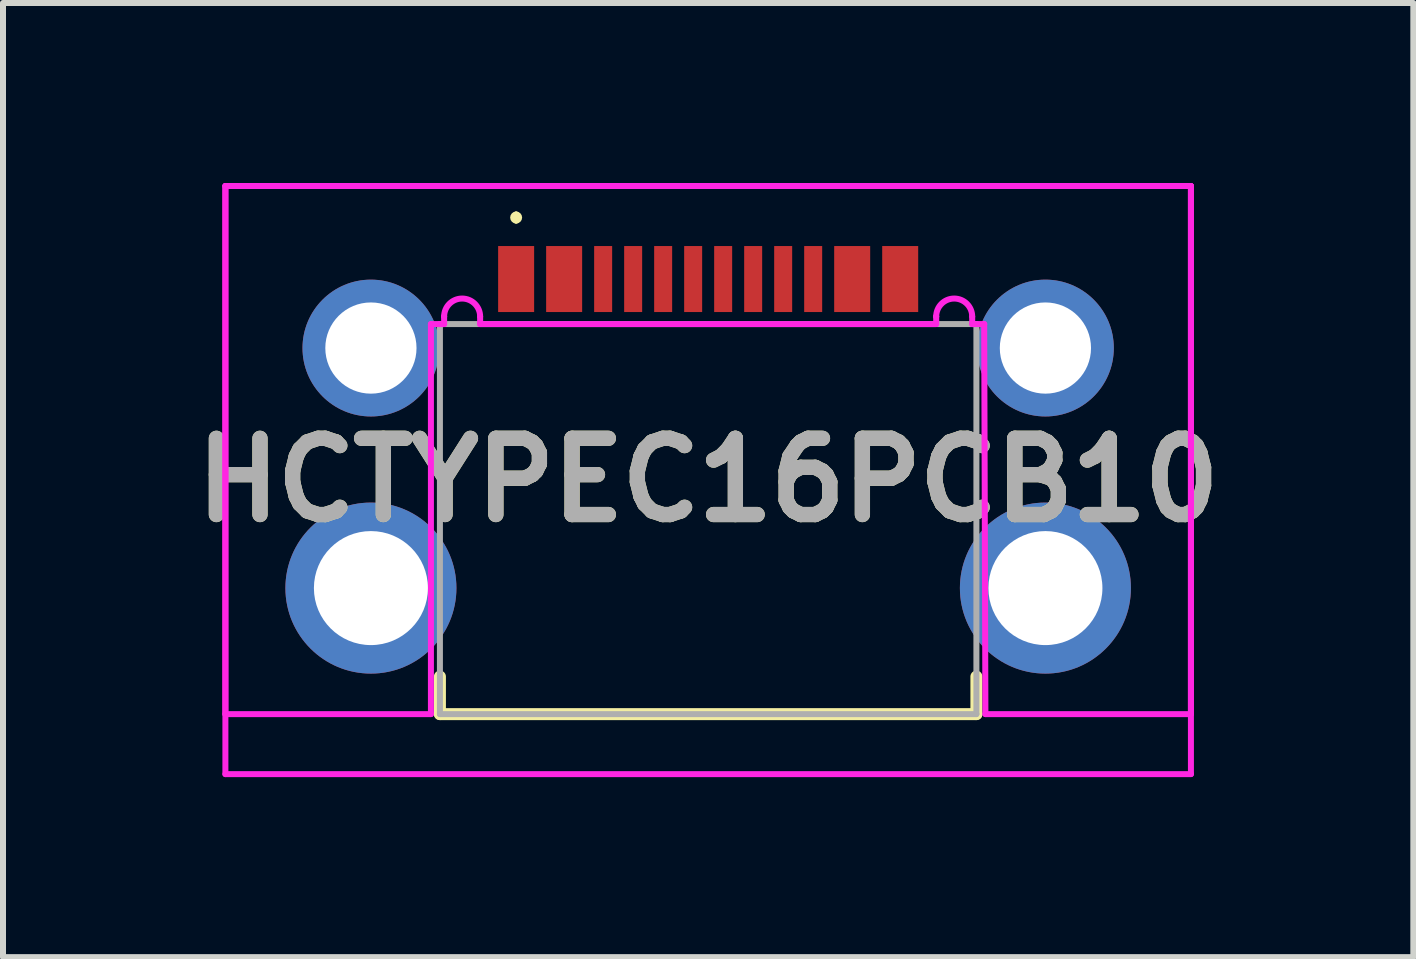
<source format=kicad_pcb>
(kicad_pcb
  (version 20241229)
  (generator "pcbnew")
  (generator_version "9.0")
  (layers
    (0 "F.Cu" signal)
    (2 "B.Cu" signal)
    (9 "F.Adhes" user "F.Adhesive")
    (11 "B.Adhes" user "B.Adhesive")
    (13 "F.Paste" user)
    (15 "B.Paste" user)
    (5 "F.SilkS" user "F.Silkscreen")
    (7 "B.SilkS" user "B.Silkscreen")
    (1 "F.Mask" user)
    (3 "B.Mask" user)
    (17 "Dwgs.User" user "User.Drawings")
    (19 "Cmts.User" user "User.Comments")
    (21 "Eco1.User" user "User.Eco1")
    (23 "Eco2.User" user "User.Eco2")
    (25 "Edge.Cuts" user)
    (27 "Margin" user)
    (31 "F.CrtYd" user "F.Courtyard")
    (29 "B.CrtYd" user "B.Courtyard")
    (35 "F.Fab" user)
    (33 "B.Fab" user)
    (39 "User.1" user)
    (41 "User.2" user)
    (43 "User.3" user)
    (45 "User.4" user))
  (footprint "HCTYPEC16PCB10"
    (layer "F.Cu")
    (at 8.751 5.225)
    (property "Reference" "HCTYPEC16PCB10" (at 0 -0.275 0) (layer "F.SilkS") (effects (font (size 1.27 1.27) (thickness 0.254))))
    (attr through_hole)
    (fp_line (start -4.47 3) (end -4.47 3.625) (stroke (width 0.2) (type solid)) (layer "F.SilkS"))
    (fp_line (start -4.47 3.625) (end 4.47 3.625) (stroke (width 0.2) (type solid)) (layer "F.SilkS"))
    (fp_line (start -3.2 -4.7) (end -3.2 -4.7) (stroke (width 0.1) (type solid)) (layer "F.SilkS"))
    (fp_line (start -3.2 -4.6) (end -3.2 -4.6) (stroke (width 0.1) (type solid)) (layer "F.SilkS"))
    (fp_line (start 4.47 3.625) (end 4.47 3) (stroke (width 0.2) (type solid)) (layer "F.SilkS"))
    (fp_arc (start -3.2 -4.7) (mid -3.15 -4.65) (end -3.2 -4.6) (stroke (width 0.1) (type solid)) (layer "F.SilkS"))
    (fp_arc (start -3.2 -4.6) (mid -3.25 -4.65) (end -3.2 -4.7) (stroke (width 0.1) (type solid)) (layer "F.SilkS"))
    (fp_line (start -8.045 -5.175) (end -8.045 3.625) (stroke (width 0.1) (type solid)) (layer "F.CrtYd"))
    (fp_line (start -8.045 -5.175) (end 8.045 -5.175) (stroke (width 0.1) (type solid)) (layer "F.CrtYd"))
    (fp_line (start -8.045 3.625) (end -4.62 3.625) (stroke (width 0.1) (type solid)) (layer "F.CrtYd"))
    (fp_line (start -8.045 4.625) (end -8.045 -5.175) (stroke (width 0.1) (type solid)) (layer "F.CrtYd"))
    (fp_line (start -4.62 -2.875) (end -4.4 -2.875) (stroke (width 0.1) (type solid)) (layer "F.CrtYd"))
    (fp_line (start -4.62 3.625) (end -4.62 -2.875) (stroke (width 0.1) (type solid)) (layer "F.CrtYd"))
    (fp_line (start -4.4 -3) (end -4.4 -3) (stroke (width 0.1) (type solid)) (layer "F.CrtYd"))
    (fp_line (start -4.4 -2.875) (end -4.4 -3) (stroke (width 0.1) (type solid)) (layer "F.CrtYd"))
    (fp_line (start -3.8 -3) (end -3.8 -2.875) (stroke (width 0.1) (type solid)) (layer "F.CrtYd"))
    (fp_line (start -3.8 -2.875) (end 0 -2.875) (stroke (width 0.1) (type solid)) (layer "F.CrtYd"))
    (fp_line (start 0 -2.875) (end 3.8 -2.875) (stroke (width 0.1) (type solid)) (layer "F.CrtYd"))
    (fp_line (start 3.8 -3) (end 3.8 -3) (stroke (width 0.1) (type solid)) (layer "F.CrtYd"))
    (fp_line (start 3.8 -2.875) (end 3.8 -3) (stroke (width 0.1) (type solid)) (layer "F.CrtYd"))
    (fp_line (start 4.4 -3) (end 4.4 -2.875) (stroke (width 0.1) (type solid)) (layer "F.CrtYd"))
    (fp_line (start 4.4 -2.875) (end 4.6 -2.875) (stroke (width 0.1) (type solid)) (layer "F.CrtYd"))
    (fp_line (start 4.6 -2.875) (end 4.62 3.625) (stroke (width 0.1) (type solid)) (layer "F.CrtYd"))
    (fp_line (start 4.62 3.625) (end 8.045 3.625) (stroke (width 0.1) (type solid)) (layer "F.CrtYd"))
    (fp_line (start 8.045 -5.175) (end -8.045 -5.175) (stroke (width 0.1) (type solid)) (layer "F.CrtYd"))
    (fp_line (start 8.045 -5.175) (end 8.045 4.625) (stroke (width 0.1) (type solid)) (layer "F.CrtYd"))
    (fp_line (start 8.045 3.625) (end 8.045 -5.175) (stroke (width 0.1) (type solid)) (layer "F.CrtYd"))
    (fp_line (start 8.045 4.625) (end -8.045 4.625) (stroke (width 0.1) (type solid)) (layer "F.CrtYd"))
    (fp_arc (start -4.4 -3) (mid -4.1 -3.3) (end -3.8 -3) (stroke (width 0.1) (type solid)) (layer "F.CrtYd"))
    (fp_arc (start 3.8 -3) (mid 4.1 -3.3) (end 4.4 -3) (stroke (width 0.1) (type solid)) (layer "F.CrtYd"))
    (fp_line (start -4.47 -2.875) (end 4.47 -2.875) (stroke (width 0.1) (type solid)) (layer "F.Fab"))
    (fp_line (start -4.47 3.625) (end -4.47 -2.875) (stroke (width 0.1) (type solid)) (layer "F.Fab"))
    (fp_line (start 4.47 -2.875) (end 4.47 3.625) (stroke (width 0.1) (type solid)) (layer "F.Fab"))
    (fp_line (start 4.47 3.625) (end -4.47 3.625) (stroke (width 0.1) (type solid)) (layer "F.Fab"))
    (fp_text user "${REFERENCE}" (at 0 -0.275 0) (layer "F.Fab") (effects (font (size 1.27 1.27) (thickness 0.254))))
    (pad "A1" smd rect (at -3.2 -3.625) (size 0.6 1.1) (layers "F.Cu" "F.Mask" "F.Paste"))
    (pad "A4" smd rect (at -2.4 -3.625) (size 0.6 1.1) (layers "F.Cu" "F.Mask" "F.Paste"))
    (pad "A5" smd rect (at -1.25 -3.625) (size 0.3 1.1) (layers "F.Cu" "F.Mask" "F.Paste"))
    (pad "A6" smd rect (at -0.25 -3.625) (size 0.3 1.1) (layers "F.Cu" "F.Mask" "F.Paste"))
    (pad "A7" smd rect (at 0.25 -3.625) (size 0.3 1.1) (layers "F.Cu" "F.Mask" "F.Paste"))
    (pad "A8" smd rect (at 1.25 -3.625) (size 0.3 1.1) (layers "F.Cu" "F.Mask" "F.Paste"))
    (pad "B1" smd rect (at 3.2 -3.625) (size 0.6 1.1) (layers "F.Cu" "F.Mask" "F.Paste"))
    (pad "B4" smd rect (at 2.4 -3.625) (size 0.6 1.1) (layers "F.Cu" "F.Mask" "F.Paste"))
    (pad "B5" smd rect (at 1.75 -3.625) (size 0.3 1.1) (layers "F.Cu" "F.Mask" "F.Paste"))
    (pad "B6" smd rect (at 0.75 -3.625) (size 0.3 1.1) (layers "F.Cu" "F.Mask" "F.Paste"))
    (pad "B7" smd rect (at -0.75 -3.625) (size 0.3 1.1) (layers "F.Cu" "F.Mask" "F.Paste"))
    (pad "B8" smd rect (at -1.75 -3.625) (size 0.3 1.1) (layers "F.Cu" "F.Mask" "F.Paste"))
    (pad "MH1" thru_hole circle (at -5.62 -2.475) (size 2.28 2.28) (drill 1.52) (layers "*.Cu" "*.Mask"))
    (pad "MH2" thru_hole circle (at 5.62 -2.475) (size 2.28 2.28) (drill 1.52) (layers "*.Cu" "*.Mask"))
    (pad "MH3" thru_hole circle (at -5.62 1.525) (size 2.85 2.85) (drill 1.9) (layers "*.Cu" "*.Mask"))
    (pad "MH4" thru_hole circle (at 5.62 1.525) (size 2.85 2.85) (drill 1.9) (layers "*.Cu" "*.Mask")))
  (gr_rect
    (start -3 -3)
    (end 20.502 12.9)
    (stroke (width 0.1) (type default))
    (fill no)
    (layer "Edge.Cuts")))
</source>
